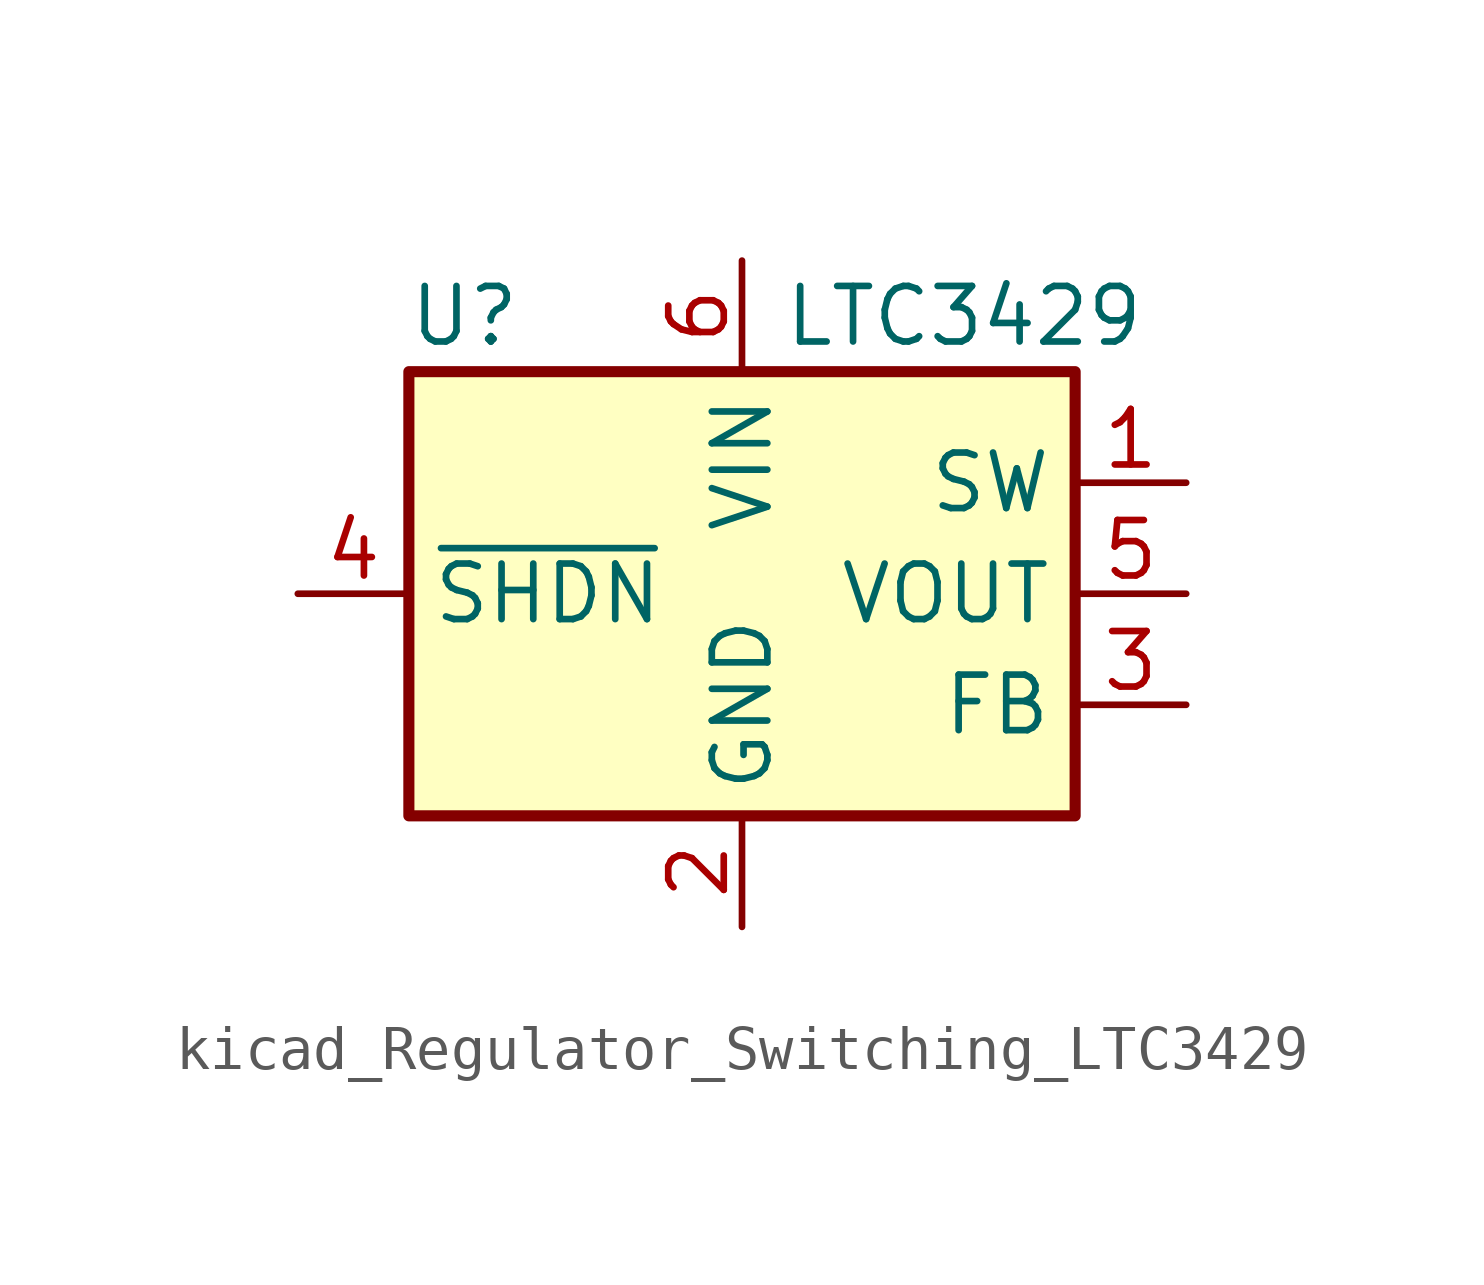
<source format=kicad_sym>
(kicad_symbol_lib
  (version 20220914)
  (generator kicad_symbol_editor)
  (symbol "kicad_Regulator_Switching_LTC3429"
    (property "Reference" "U"
      (at -6.35 6.35 0)
      (effects (font (size 1.27 1.27))))
    (property "Value" "LTC3429"
      (at 5.08 6.35 0)
      (effects (font (size 1.27 1.27))))
    (symbol "kicad_Regulator_Switching_LTC3429_0_1"
      (rectangle (start -7.62 5.08) (end 7.62 -5.08) (stroke (width 0.254) (type default)) (fill (type background))))
    (symbol "kicad_Regulator_Switching_LTC3429_1_1"
      (pin input line (at 10.16 2.54 180) (length 2.54) (name "SW" (effects (font (size 1.27 1.27)))) (number "1" (effects (font (size 1.27 1.27)))))
      (pin power_in line (at 0 -7.62 90) (length 2.54) (name "GND" (effects (font (size 1.27 1.27)))) (number "2" (effects (font (size 1.27 1.27)))))
      (pin input line (at 10.16 -2.54 180) (length 2.54) (name "FB" (effects (font (size 1.27 1.27)))) (number "3" (effects (font (size 1.27 1.27)))))
      (pin input line (at -10.16 0 0) (length 2.54) (name "~{SHDN}" (effects (font (size 1.27 1.27)))) (number "4" (effects (font (size 1.27 1.27)))))
      (pin power_out line (at 10.16 0 180) (length 2.54) (name "VOUT" (effects (font (size 1.27 1.27)))) (number "5" (effects (font (size 1.27 1.27)))))
      (pin power_in line (at 0 7.62 270) (length 2.54) (name "VIN" (effects (font (size 1.27 1.27)))) (number "6" (effects (font (size 1.27 1.27))))))))
</source>
